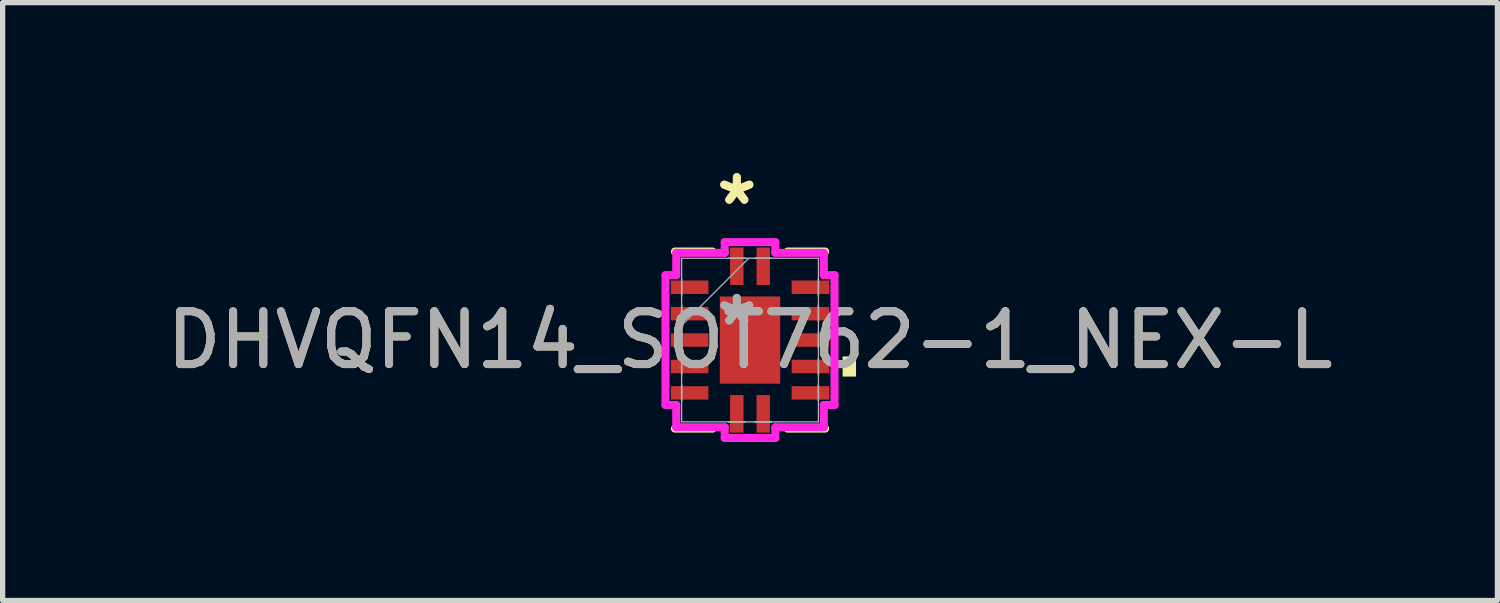
<source format=kicad_pcb>
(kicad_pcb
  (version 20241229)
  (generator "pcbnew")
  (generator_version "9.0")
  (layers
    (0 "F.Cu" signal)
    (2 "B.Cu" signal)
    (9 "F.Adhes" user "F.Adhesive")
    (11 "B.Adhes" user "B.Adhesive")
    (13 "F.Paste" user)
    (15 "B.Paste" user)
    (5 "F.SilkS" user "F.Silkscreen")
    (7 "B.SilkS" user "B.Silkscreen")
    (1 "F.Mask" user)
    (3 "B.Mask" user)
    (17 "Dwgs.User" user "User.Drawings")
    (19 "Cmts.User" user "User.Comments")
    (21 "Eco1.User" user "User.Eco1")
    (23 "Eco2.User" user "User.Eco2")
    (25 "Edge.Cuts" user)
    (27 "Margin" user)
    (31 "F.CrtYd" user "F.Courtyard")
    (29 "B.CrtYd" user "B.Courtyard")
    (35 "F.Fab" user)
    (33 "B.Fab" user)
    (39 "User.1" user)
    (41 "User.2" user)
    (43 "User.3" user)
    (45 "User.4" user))
  (footprint "DHVQFN14_SOT762-1_NEX-L"
    (layer "F.Cu")
    (at 11.149 3.388)
    (property "Reference" "DHVQFN14_SOT762-1_NEX-L" (at 0 0 0) (unlocked yes) (layer "F.SilkS") (effects (font (size 1 1) (thickness 0.15))))
    (attr smd)
    (fp_line (start -1.422 1.676) (end -0.71 1.676) (stroke (width 0.152) (type solid)) (layer "F.SilkS"))
    (fp_line (start -0.71 -1.676) (end -1.422 -1.676) (stroke (width 0.152) (type solid)) (layer "F.SilkS"))
    (fp_line (start 0.71 1.676) (end 1.422 1.676) (stroke (width 0.152) (type solid)) (layer "F.SilkS"))
    (fp_line (start 1.422 -1.676) (end 0.71 -1.676) (stroke (width 0.152) (type solid)) (layer "F.SilkS"))
    (fp_poly (pts (xy 2.007 0.31) (xy 2.007 0.691) (xy 1.753 0.691) (xy 1.753 0.31)) (stroke (width 0) (type solid)) (fill yes) (layer "F.SilkS"))
    (fp_line (start -1.6 -1.229) (end -1.397 -1.229) (stroke (width 0.152) (type solid)) (layer "F.CrtYd"))
    (fp_line (start -1.6 1.229) (end -1.6 -1.229) (stroke (width 0.152) (type solid)) (layer "F.CrtYd"))
    (fp_line (start -1.397 -1.651) (end -0.479 -1.651) (stroke (width 0.152) (type solid)) (layer "F.CrtYd"))
    (fp_line (start -1.397 -1.229) (end -1.397 -1.651) (stroke (width 0.152) (type solid)) (layer "F.CrtYd"))
    (fp_line (start -1.397 1.229) (end -1.6 1.229) (stroke (width 0.152) (type solid)) (layer "F.CrtYd"))
    (fp_line (start -1.397 1.651) (end -1.397 1.229) (stroke (width 0.152) (type solid)) (layer "F.CrtYd"))
    (fp_line (start -0.479 -1.854) (end 0.479 -1.854) (stroke (width 0.152) (type solid)) (layer "F.CrtYd"))
    (fp_line (start -0.479 -1.651) (end -0.479 -1.854) (stroke (width 0.152) (type solid)) (layer "F.CrtYd"))
    (fp_line (start -0.479 1.651) (end -1.397 1.651) (stroke (width 0.152) (type solid)) (layer "F.CrtYd"))
    (fp_line (start -0.479 1.854) (end -0.479 1.651) (stroke (width 0.152) (type solid)) (layer "F.CrtYd"))
    (fp_line (start 0.479 -1.854) (end 0.479 -1.651) (stroke (width 0.152) (type solid)) (layer "F.CrtYd"))
    (fp_line (start 0.479 -1.651) (end 1.397 -1.651) (stroke (width 0.152) (type solid)) (layer "F.CrtYd"))
    (fp_line (start 0.479 1.651) (end 0.479 1.854) (stroke (width 0.152) (type solid)) (layer "F.CrtYd"))
    (fp_line (start 0.479 1.854) (end -0.479 1.854) (stroke (width 0.152) (type solid)) (layer "F.CrtYd"))
    (fp_line (start 1.397 -1.651) (end 1.397 -1.229) (stroke (width 0.152) (type solid)) (layer "F.CrtYd"))
    (fp_line (start 1.397 -1.229) (end 1.6 -1.229) (stroke (width 0.152) (type solid)) (layer "F.CrtYd"))
    (fp_line (start 1.397 1.229) (end 1.397 1.651) (stroke (width 0.152) (type solid)) (layer "F.CrtYd"))
    (fp_line (start 1.397 1.651) (end 0.479 1.651) (stroke (width 0.152) (type solid)) (layer "F.CrtYd"))
    (fp_line (start 1.6 -1.229) (end 1.6 1.229) (stroke (width 0.152) (type solid)) (layer "F.CrtYd"))
    (fp_line (start 1.6 1.229) (end 1.397 1.229) (stroke (width 0.152) (type solid)) (layer "F.CrtYd"))
    (fp_line (start -1.295 -1.549) (end -1.295 1.549) (stroke (width 0.025) (type solid)) (layer "F.Fab"))
    (fp_line (start -1.295 -1.153) (end -1.295 -1.153) (stroke (width 0.025) (type solid)) (layer "F.Fab"))
    (fp_line (start -1.295 -1.153) (end -1.295 -0.848) (stroke (width 0.025) (type solid)) (layer "F.Fab"))
    (fp_line (start -1.295 -0.848) (end -1.295 -1.153) (stroke (width 0.025) (type solid)) (layer "F.Fab"))
    (fp_line (start -1.295 -0.848) (end -1.295 -0.848) (stroke (width 0.025) (type solid)) (layer "F.Fab"))
    (fp_line (start -1.295 -0.653) (end -1.295 -0.653) (stroke (width 0.025) (type solid)) (layer "F.Fab"))
    (fp_line (start -1.295 -0.653) (end -1.295 -0.348) (stroke (width 0.025) (type solid)) (layer "F.Fab"))
    (fp_line (start -1.295 -0.348) (end -1.295 -0.653) (stroke (width 0.025) (type solid)) (layer "F.Fab"))
    (fp_line (start -1.295 -0.348) (end -1.295 -0.348) (stroke (width 0.025) (type solid)) (layer "F.Fab"))
    (fp_line (start -1.295 -0.279) (end -0.025 -1.549) (stroke (width 0.025) (type solid)) (layer "F.Fab"))
    (fp_line (start -1.295 -0.152) (end -1.295 -0.152) (stroke (width 0.025) (type solid)) (layer "F.Fab"))
    (fp_line (start -1.295 -0.152) (end -1.295 0.152) (stroke (width 0.025) (type solid)) (layer "F.Fab"))
    (fp_line (start -1.295 0.152) (end -1.295 -0.152) (stroke (width 0.025) (type solid)) (layer "F.Fab"))
    (fp_line (start -1.295 0.152) (end -1.295 0.152) (stroke (width 0.025) (type solid)) (layer "F.Fab"))
    (fp_line (start -1.295 0.348) (end -1.295 0.348) (stroke (width 0.025) (type solid)) (layer "F.Fab"))
    (fp_line (start -1.295 0.348) (end -1.295 0.653) (stroke (width 0.025) (type solid)) (layer "F.Fab"))
    (fp_line (start -1.295 0.653) (end -1.295 0.348) (stroke (width 0.025) (type solid)) (layer "F.Fab"))
    (fp_line (start -1.295 0.653) (end -1.295 0.653) (stroke (width 0.025) (type solid)) (layer "F.Fab"))
    (fp_line (start -1.295 0.848) (end -1.295 0.848) (stroke (width 0.025) (type solid)) (layer "F.Fab"))
    (fp_line (start -1.295 0.848) (end -1.295 1.153) (stroke (width 0.025) (type solid)) (layer "F.Fab"))
    (fp_line (start -1.295 1.153) (end -1.295 0.848) (stroke (width 0.025) (type solid)) (layer "F.Fab"))
    (fp_line (start -1.295 1.153) (end -1.295 1.153) (stroke (width 0.025) (type solid)) (layer "F.Fab"))
    (fp_line (start -1.295 1.549) (end 1.295 1.549) (stroke (width 0.025) (type solid)) (layer "F.Fab"))
    (fp_line (start -0.402 -1.549) (end -0.402 -1.549) (stroke (width 0.025) (type solid)) (layer "F.Fab"))
    (fp_line (start -0.402 -1.549) (end -0.098 -1.549) (stroke (width 0.025) (type solid)) (layer "F.Fab"))
    (fp_line (start -0.402 1.549) (end -0.402 1.549) (stroke (width 0.025) (type solid)) (layer "F.Fab"))
    (fp_line (start -0.402 1.549) (end -0.098 1.549) (stroke (width 0.025) (type solid)) (layer "F.Fab"))
    (fp_line (start -0.098 -1.549) (end -0.402 -1.549) (stroke (width 0.025) (type solid)) (layer "F.Fab"))
    (fp_line (start -0.098 -1.549) (end -0.098 -1.549) (stroke (width 0.025) (type solid)) (layer "F.Fab"))
    (fp_line (start -0.098 1.549) (end -0.402 1.549) (stroke (width 0.025) (type solid)) (layer "F.Fab"))
    (fp_line (start -0.098 1.549) (end -0.098 1.549) (stroke (width 0.025) (type solid)) (layer "F.Fab"))
    (fp_line (start 0.098 -1.549) (end 0.098 -1.549) (stroke (width 0.025) (type solid)) (layer "F.Fab"))
    (fp_line (start 0.098 -1.549) (end 0.402 -1.549) (stroke (width 0.025) (type solid)) (layer "F.Fab"))
    (fp_line (start 0.098 1.549) (end 0.098 1.549) (stroke (width 0.025) (type solid)) (layer "F.Fab"))
    (fp_line (start 0.098 1.549) (end 0.402 1.549) (stroke (width 0.025) (type solid)) (layer "F.Fab"))
    (fp_line (start 0.402 -1.549) (end 0.098 -1.549) (stroke (width 0.025) (type solid)) (layer "F.Fab"))
    (fp_line (start 0.402 -1.549) (end 0.402 -1.549) (stroke (width 0.025) (type solid)) (layer "F.Fab"))
    (fp_line (start 0.402 1.549) (end 0.098 1.549) (stroke (width 0.025) (type solid)) (layer "F.Fab"))
    (fp_line (start 0.402 1.549) (end 0.402 1.549) (stroke (width 0.025) (type solid)) (layer "F.Fab"))
    (fp_line (start 1.295 -1.549) (end -1.295 -1.549) (stroke (width 0.025) (type solid)) (layer "F.Fab"))
    (fp_line (start 1.295 -1.153) (end 1.295 -1.153) (stroke (width 0.025) (type solid)) (layer "F.Fab"))
    (fp_line (start 1.295 -1.153) (end 1.295 -0.848) (stroke (width 0.025) (type solid)) (layer "F.Fab"))
    (fp_line (start 1.295 -0.848) (end 1.295 -1.153) (stroke (width 0.025) (type solid)) (layer "F.Fab"))
    (fp_line (start 1.295 -0.848) (end 1.295 -0.848) (stroke (width 0.025) (type solid)) (layer "F.Fab"))
    (fp_line (start 1.295 -0.653) (end 1.295 -0.653) (stroke (width 0.025) (type solid)) (layer "F.Fab"))
    (fp_line (start 1.295 -0.653) (end 1.295 -0.348) (stroke (width 0.025) (type solid)) (layer "F.Fab"))
    (fp_line (start 1.295 -0.348) (end 1.295 -0.653) (stroke (width 0.025) (type solid)) (layer "F.Fab"))
    (fp_line (start 1.295 -0.348) (end 1.295 -0.348) (stroke (width 0.025) (type solid)) (layer "F.Fab"))
    (fp_line (start 1.295 -0.152) (end 1.295 -0.152) (stroke (width 0.025) (type solid)) (layer "F.Fab"))
    (fp_line (start 1.295 -0.152) (end 1.295 0.152) (stroke (width 0.025) (type solid)) (layer "F.Fab"))
    (fp_line (start 1.295 0.152) (end 1.295 -0.152) (stroke (width 0.025) (type solid)) (layer "F.Fab"))
    (fp_line (start 1.295 0.152) (end 1.295 0.152) (stroke (width 0.025) (type solid)) (layer "F.Fab"))
    (fp_line (start 1.295 0.348) (end 1.295 0.348) (stroke (width 0.025) (type solid)) (layer "F.Fab"))
    (fp_line (start 1.295 0.348) (end 1.295 0.653) (stroke (width 0.025) (type solid)) (layer "F.Fab"))
    (fp_line (start 1.295 0.653) (end 1.295 0.348) (stroke (width 0.025) (type solid)) (layer "F.Fab"))
    (fp_line (start 1.295 0.653) (end 1.295 0.653) (stroke (width 0.025) (type solid)) (layer "F.Fab"))
    (fp_line (start 1.295 0.848) (end 1.295 0.848) (stroke (width 0.025) (type solid)) (layer "F.Fab"))
    (fp_line (start 1.295 0.848) (end 1.295 1.153) (stroke (width 0.025) (type solid)) (layer "F.Fab"))
    (fp_line (start 1.295 1.153) (end 1.295 0.848) (stroke (width 0.025) (type solid)) (layer "F.Fab"))
    (fp_line (start 1.295 1.153) (end 1.295 1.153) (stroke (width 0.025) (type solid)) (layer "F.Fab"))
    (fp_line (start 1.295 1.549) (end 1.295 -1.549) (stroke (width 0.025) (type solid)) (layer "F.Fab"))
    (fp_text user "*" (at -0.25 -2.54 0) (unlocked yes) (layer "F.SilkS") (effects (font (size 1 1) (thickness 0.15))))
    (fp_text user "*" (at -0.25 -2.54 0) (layer "F.SilkS") (effects (font (size 1 1) (thickness 0.15))))
    (fp_text user "*" (at -0.25 -0.254 0) (layer "F.Fab") (effects (font (size 1 1) (thickness 0.15))))
    (fp_text user "${REFERENCE}" (at 0 0 0) (unlocked yes) (layer "F.Fab") (effects (font (size 1 1) (thickness 0.15))))
    (fp_text user "*" (at -0.25 -0.254 0) (unlocked yes) (layer "F.Fab") (effects (font (size 1 1) (thickness 0.15))))
    (pad "1" smd rect (at -0.25 -1.397) (size 0.254 0.711) (layers "F.Cu" "F.Mask" "F.Paste"))
    (pad "2" smd rect (at -1.143 -1 90) (size 0.254 0.711) (layers "F.Cu" "F.Mask" "F.Paste"))
    (pad "3" smd rect (at -1.143 -0.5 90) (size 0.254 0.711) (layers "F.Cu" "F.Mask" "F.Paste"))
    (pad "4" smd rect (at -1.143 0 90) (size 0.254 0.711) (layers "F.Cu" "F.Mask" "F.Paste"))
    (pad "5" smd rect (at -1.143 0.5 90) (size 0.254 0.711) (layers "F.Cu" "F.Mask" "F.Paste"))
    (pad "6" smd rect (at -1.143 1 90) (size 0.254 0.711) (layers "F.Cu" "F.Mask" "F.Paste"))
    (pad "7" smd rect (at -0.25 1.397) (size 0.254 0.711) (layers "F.Cu" "F.Mask" "F.Paste"))
    (pad "8" smd rect (at 0.25 1.397) (size 0.254 0.711) (layers "F.Cu" "F.Mask" "F.Paste"))
    (pad "9" smd rect (at 1.143 1 90) (size 0.254 0.711) (layers "F.Cu" "F.Mask" "F.Paste"))
    (pad "10" smd rect (at 1.143 0.5 90) (size 0.254 0.711) (layers "F.Cu" "F.Mask" "F.Paste"))
    (pad "11" smd rect (at 1.143 0 90) (size 0.254 0.711) (layers "F.Cu" "F.Mask" "F.Paste"))
    (pad "12" smd rect (at 1.143 -0.5 90) (size 0.254 0.711) (layers "F.Cu" "F.Mask" "F.Paste"))
    (pad "13" smd rect (at 1.143 -1 90) (size 0.254 0.711) (layers "F.Cu" "F.Mask" "F.Paste"))
    (pad "14" smd rect (at 0.25 -1.397) (size 0.254 0.711) (layers "F.Cu" "F.Mask" "F.Paste"))
    (pad "15" smd rect (at 0 0) (size 1.143 1.651) (layers "F.Cu" "F.Mask" "F.Paste")))
  (gr_rect
    (start -3 -3)
    (end 25.298 8.319)
    (stroke (width 0.1) (type default))
    (fill no)
    (layer "Edge.Cuts")))
</source>
